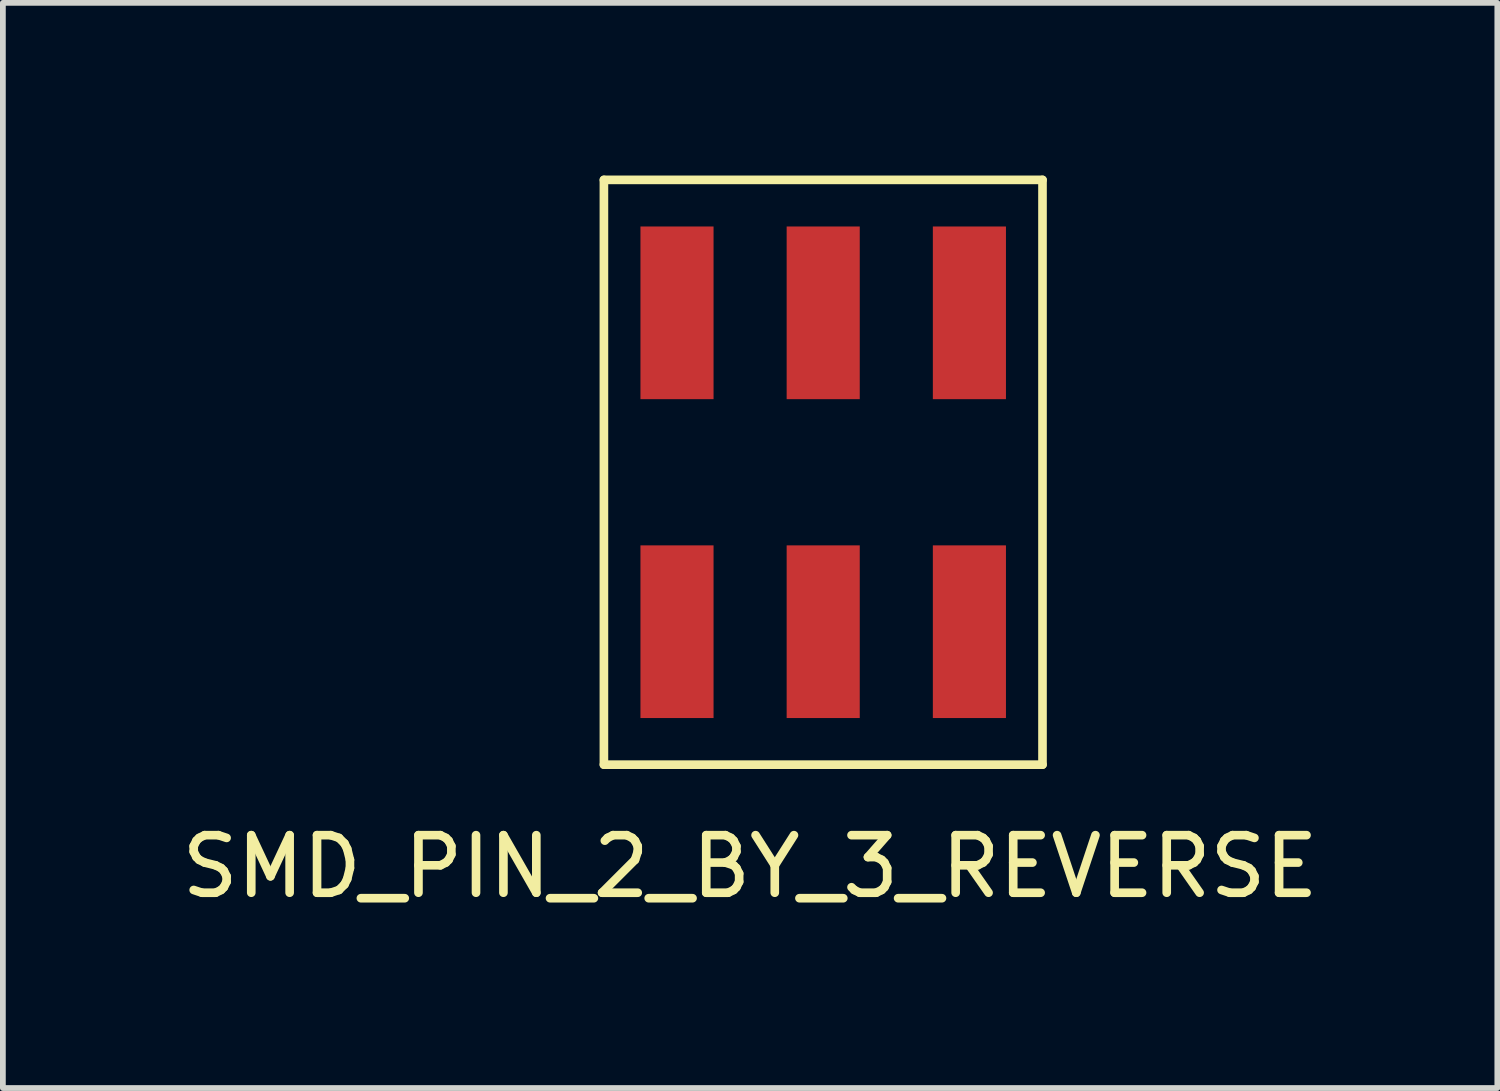
<source format=kicad_pcb>
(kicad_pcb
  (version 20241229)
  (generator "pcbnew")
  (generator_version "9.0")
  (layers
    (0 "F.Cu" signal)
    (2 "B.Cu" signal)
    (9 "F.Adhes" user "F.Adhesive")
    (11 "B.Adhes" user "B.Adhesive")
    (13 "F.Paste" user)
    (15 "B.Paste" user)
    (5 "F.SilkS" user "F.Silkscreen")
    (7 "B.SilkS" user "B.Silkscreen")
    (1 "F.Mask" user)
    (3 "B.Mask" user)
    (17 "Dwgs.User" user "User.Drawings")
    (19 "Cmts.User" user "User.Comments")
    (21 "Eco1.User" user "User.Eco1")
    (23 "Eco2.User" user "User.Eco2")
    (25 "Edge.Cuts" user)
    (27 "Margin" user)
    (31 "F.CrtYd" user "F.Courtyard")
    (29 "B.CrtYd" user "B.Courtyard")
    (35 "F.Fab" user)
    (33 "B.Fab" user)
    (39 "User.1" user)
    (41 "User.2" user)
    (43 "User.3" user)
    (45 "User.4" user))
  (footprint "SMD_PIN_2_BY_3_REVERSE"
    (layer "F.Cu")
    (at 8.712 3.885)
    (property "Reference" "SMD_PIN_2_BY_3_REVERSE" (at 1.27 8.12 0) (layer "F.SilkS") (effects (font (size 1 1) (thickness 0.15))))
    (attr through_hole)
    (fp_line (start -1.27 -3.81) (end 6.35 -3.81) (stroke (width 0.15) (type solid)) (layer "F.SilkS"))
    (fp_line (start -1.27 6.35) (end -1.27 -3.81) (stroke (width 0.15) (type solid)) (layer "F.SilkS"))
    (fp_line (start 6.35 -3.81) (end 6.35 6.35) (stroke (width 0.15) (type solid)) (layer "F.SilkS"))
    (fp_line (start 6.35 6.35) (end -1.27 6.35) (stroke (width 0.15) (type solid)) (layer "F.SilkS"))
    (pad "1" smd rect (at 0 -1.5) (size 1.27 3) (layers "F.Cu" "F.Mask" "F.Paste"))
    (pad "2" smd rect (at 0 4.04) (size 1.27 3) (layers "F.Cu" "F.Mask" "F.Paste"))
    (pad "3" smd rect (at 2.54 -1.5) (size 1.27 3) (layers "F.Cu" "F.Mask" "F.Paste"))
    (pad "4" smd rect (at 2.54 4.04) (size 1.27 3) (layers "F.Cu" "F.Mask" "F.Paste"))
    (pad "5" smd rect (at 5.08 -1.5) (size 1.27 3) (layers "F.Cu" "F.Mask" "F.Paste"))
    (pad "6" smd rect (at 5.08 4.04) (size 1.27 3) (layers "F.Cu" "F.Mask" "F.Paste")))
  (gr_rect
    (start -3 -3)
    (end 22.964 15.853)
    (stroke (width 0.1) (type default))
    (fill no)
    (layer "Edge.Cuts")))
</source>
